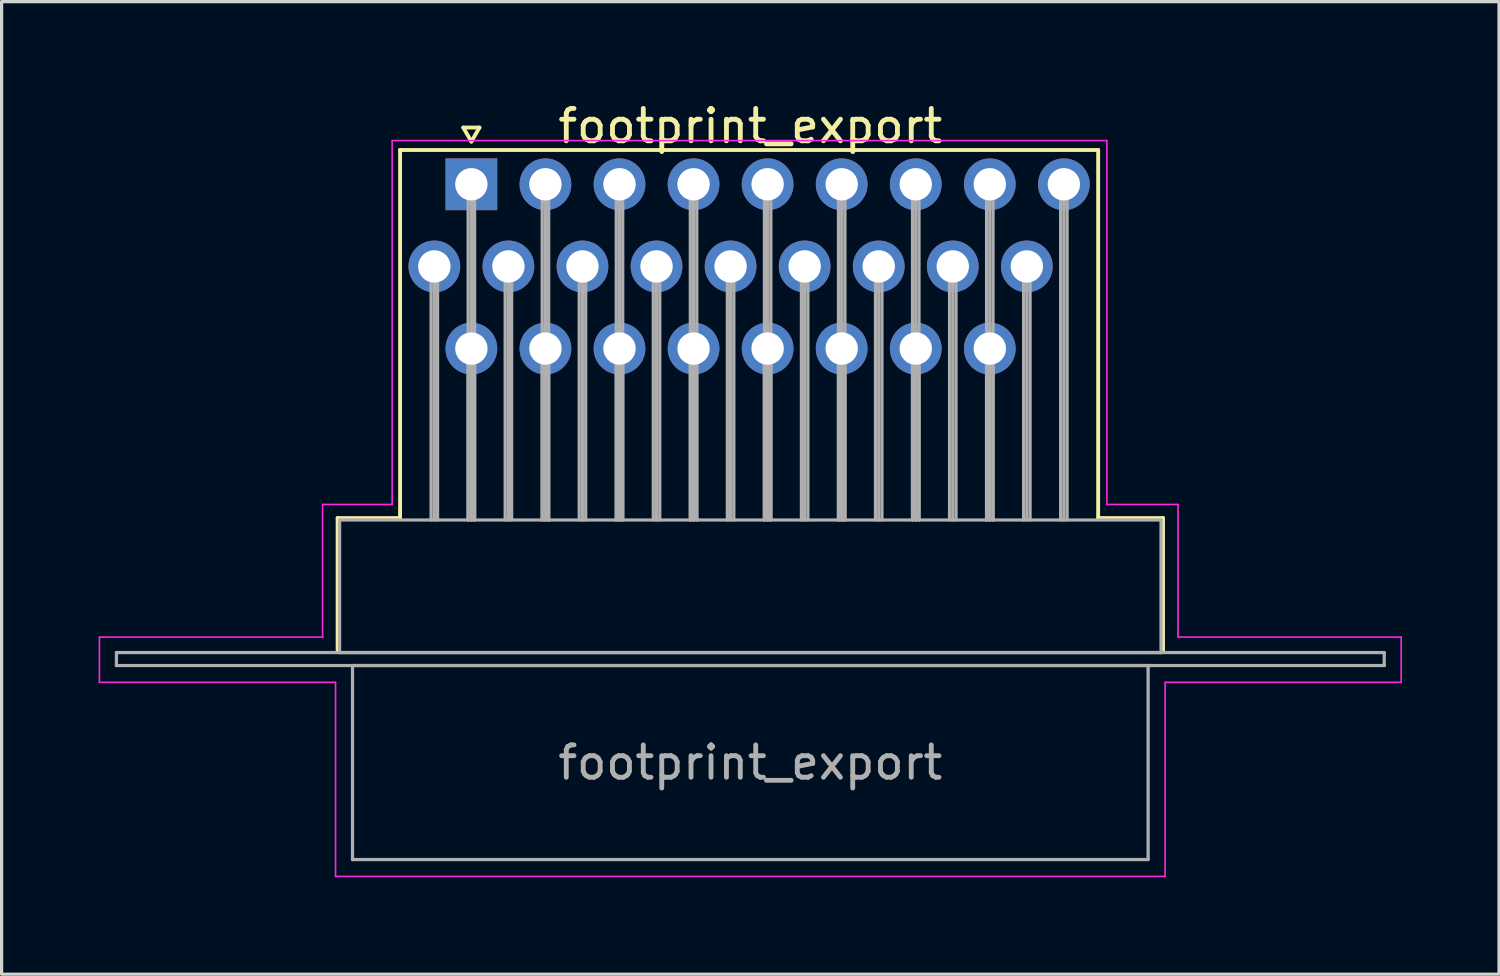
<source format=kicad_pcb>
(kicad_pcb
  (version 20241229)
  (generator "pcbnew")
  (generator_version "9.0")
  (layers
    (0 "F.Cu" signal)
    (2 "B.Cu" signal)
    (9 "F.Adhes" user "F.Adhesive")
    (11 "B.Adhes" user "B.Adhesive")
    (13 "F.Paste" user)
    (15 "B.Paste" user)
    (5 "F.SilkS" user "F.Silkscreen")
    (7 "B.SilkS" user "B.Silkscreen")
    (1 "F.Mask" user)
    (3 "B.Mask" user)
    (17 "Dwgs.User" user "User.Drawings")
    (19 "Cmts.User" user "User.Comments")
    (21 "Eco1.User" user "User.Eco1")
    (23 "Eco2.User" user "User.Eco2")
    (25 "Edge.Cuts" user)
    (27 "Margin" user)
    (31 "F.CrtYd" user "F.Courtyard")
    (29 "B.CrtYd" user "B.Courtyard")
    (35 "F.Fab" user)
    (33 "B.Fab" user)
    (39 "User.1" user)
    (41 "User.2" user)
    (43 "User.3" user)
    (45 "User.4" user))
  (footprint "footprint_export"
    (layer "F.Cu")
    (at 11.525 2.648)
    (property "Reference" "footprint_export" (at 8.625 -1.8 0) (layer "F.SilkS") (effects (font (size 1 1) (thickness 0.15))))
    (attr through_hole)
    (fp_line (start -4.135 10.32) (end -2.205 10.32) (stroke (width 0.12) (type solid)) (layer "F.SilkS"))
    (fp_line (start -4.135 14.42) (end -4.135 10.32) (stroke (width 0.12) (type solid)) (layer "F.SilkS"))
    (fp_line (start -2.205 -1.06) (end 19.38 -1.06) (stroke (width 0.12) (type solid)) (layer "F.SilkS"))
    (fp_line (start -2.205 10.32) (end -2.205 -1.06) (stroke (width 0.12) (type solid)) (layer "F.SilkS"))
    (fp_line (start -0.25 -1.754) (end 0.25 -1.754) (stroke (width 0.12) (type solid)) (layer "F.SilkS"))
    (fp_line (start 0 -1.321) (end -0.25 -1.754) (stroke (width 0.12) (type solid)) (layer "F.SilkS"))
    (fp_line (start 0.25 -1.754) (end 0 -1.321) (stroke (width 0.12) (type solid)) (layer "F.SilkS"))
    (fp_line (start 19.38 -1.06) (end 19.38 10.32) (stroke (width 0.12) (type solid)) (layer "F.SilkS"))
    (fp_line (start 19.38 10.32) (end 21.385 10.32) (stroke (width 0.12) (type solid)) (layer "F.SilkS"))
    (fp_line (start 21.385 10.32) (end 21.385 14.42) (stroke (width 0.12) (type solid)) (layer "F.SilkS"))
    (fp_line (start -11.5 14) (end -4.6 14) (stroke (width 0.05) (type solid)) (layer "F.CrtYd"))
    (fp_line (start -11.5 15.4) (end -11.5 14) (stroke (width 0.05) (type solid)) (layer "F.CrtYd"))
    (fp_line (start -4.6 9.9) (end -2.45 9.9) (stroke (width 0.05) (type solid)) (layer "F.CrtYd"))
    (fp_line (start -4.6 14) (end -4.6 9.9) (stroke (width 0.05) (type solid)) (layer "F.CrtYd"))
    (fp_line (start -4.2 15.4) (end -11.5 15.4) (stroke (width 0.05) (type solid)) (layer "F.CrtYd"))
    (fp_line (start -4.2 21.4) (end -4.2 15.4) (stroke (width 0.05) (type solid)) (layer "F.CrtYd"))
    (fp_line (start -2.45 -1.35) (end 19.65 -1.35) (stroke (width 0.05) (type solid)) (layer "F.CrtYd"))
    (fp_line (start -2.45 9.9) (end -2.45 -1.35) (stroke (width 0.05) (type solid)) (layer "F.CrtYd"))
    (fp_line (start 19.65 -1.35) (end 19.65 9.9) (stroke (width 0.05) (type solid)) (layer "F.CrtYd"))
    (fp_line (start 19.65 9.9) (end 21.85 9.9) (stroke (width 0.05) (type solid)) (layer "F.CrtYd"))
    (fp_line (start 21.45 15.4) (end 21.45 21.4) (stroke (width 0.05) (type solid)) (layer "F.CrtYd"))
    (fp_line (start 21.45 21.4) (end -4.2 21.4) (stroke (width 0.05) (type solid)) (layer "F.CrtYd"))
    (fp_line (start 21.85 9.9) (end 21.85 14) (stroke (width 0.05) (type solid)) (layer "F.CrtYd"))
    (fp_line (start 21.85 14) (end 28.75 14) (stroke (width 0.05) (type solid)) (layer "F.CrtYd"))
    (fp_line (start 28.75 14) (end 28.75 15.4) (stroke (width 0.05) (type solid)) (layer "F.CrtYd"))
    (fp_line (start 28.75 15.4) (end 21.45 15.4) (stroke (width 0.05) (type solid)) (layer "F.CrtYd"))
    (fp_line (start -10.975 14.48) (end -10.975 14.88) (stroke (width 0.1) (type solid)) (layer "F.Fab"))
    (fp_line (start -10.975 14.88) (end 28.225 14.88) (stroke (width 0.1) (type solid)) (layer "F.Fab"))
    (fp_line (start -4.075 10.38) (end -4.075 14.48) (stroke (width 0.1) (type solid)) (layer "F.Fab"))
    (fp_line (start -4.075 14.48) (end 21.325 14.48) (stroke (width 0.1) (type solid)) (layer "F.Fab"))
    (fp_line (start -3.675 14.88) (end -3.675 20.88) (stroke (width 0.1) (type solid)) (layer "F.Fab"))
    (fp_line (start -3.675 20.88) (end 20.925 20.88) (stroke (width 0.1) (type solid)) (layer "F.Fab"))
    (fp_line (start -1.245 2.54) (end -1.245 10.38) (stroke (width 0.1) (type solid)) (layer "F.Fab"))
    (fp_line (start -1.145 2.54) (end -1.145 10.38) (stroke (width 0.1) (type solid)) (layer "F.Fab"))
    (fp_line (start -1.045 2.54) (end -1.045 10.38) (stroke (width 0.1) (type solid)) (layer "F.Fab"))
    (fp_line (start -0.1 0) (end -0.1 10.38) (stroke (width 0.1) (type solid)) (layer "F.Fab"))
    (fp_line (start -0.1 5.08) (end -0.1 10.38) (stroke (width 0.1) (type solid)) (layer "F.Fab"))
    (fp_line (start 0 0) (end 0 10.38) (stroke (width 0.1) (type solid)) (layer "F.Fab"))
    (fp_line (start 0 5.08) (end 0 10.38) (stroke (width 0.1) (type solid)) (layer "F.Fab"))
    (fp_line (start 0.1 0) (end 0.1 10.38) (stroke (width 0.1) (type solid)) (layer "F.Fab"))
    (fp_line (start 0.1 5.08) (end 0.1 10.38) (stroke (width 0.1) (type solid)) (layer "F.Fab"))
    (fp_line (start 1.045 2.54) (end 1.045 10.38) (stroke (width 0.1) (type solid)) (layer "F.Fab"))
    (fp_line (start 1.145 2.54) (end 1.145 10.38) (stroke (width 0.1) (type solid)) (layer "F.Fab"))
    (fp_line (start 1.245 2.54) (end 1.245 10.38) (stroke (width 0.1) (type solid)) (layer "F.Fab"))
    (fp_line (start 2.19 0) (end 2.19 10.38) (stroke (width 0.1) (type solid)) (layer "F.Fab"))
    (fp_line (start 2.19 5.08) (end 2.19 10.38) (stroke (width 0.1) (type solid)) (layer "F.Fab"))
    (fp_line (start 2.29 0) (end 2.29 10.38) (stroke (width 0.1) (type solid)) (layer "F.Fab"))
    (fp_line (start 2.29 5.08) (end 2.29 10.38) (stroke (width 0.1) (type solid)) (layer "F.Fab"))
    (fp_line (start 2.39 0) (end 2.39 10.38) (stroke (width 0.1) (type solid)) (layer "F.Fab"))
    (fp_line (start 2.39 5.08) (end 2.39 10.38) (stroke (width 0.1) (type solid)) (layer "F.Fab"))
    (fp_line (start 3.335 2.54) (end 3.335 10.38) (stroke (width 0.1) (type solid)) (layer "F.Fab"))
    (fp_line (start 3.435 2.54) (end 3.435 10.38) (stroke (width 0.1) (type solid)) (layer "F.Fab"))
    (fp_line (start 3.535 2.54) (end 3.535 10.38) (stroke (width 0.1) (type solid)) (layer "F.Fab"))
    (fp_line (start 4.48 0) (end 4.48 10.38) (stroke (width 0.1) (type solid)) (layer "F.Fab"))
    (fp_line (start 4.48 5.08) (end 4.48 10.38) (stroke (width 0.1) (type solid)) (layer "F.Fab"))
    (fp_line (start 4.58 0) (end 4.58 10.38) (stroke (width 0.1) (type solid)) (layer "F.Fab"))
    (fp_line (start 4.58 5.08) (end 4.58 10.38) (stroke (width 0.1) (type solid)) (layer "F.Fab"))
    (fp_line (start 4.68 0) (end 4.68 10.38) (stroke (width 0.1) (type solid)) (layer "F.Fab"))
    (fp_line (start 4.68 5.08) (end 4.68 10.38) (stroke (width 0.1) (type solid)) (layer "F.Fab"))
    (fp_line (start 5.625 2.54) (end 5.625 10.38) (stroke (width 0.1) (type solid)) (layer "F.Fab"))
    (fp_line (start 5.725 2.54) (end 5.725 10.38) (stroke (width 0.1) (type solid)) (layer "F.Fab"))
    (fp_line (start 5.825 2.54) (end 5.825 10.38) (stroke (width 0.1) (type solid)) (layer "F.Fab"))
    (fp_line (start 6.77 0) (end 6.77 10.38) (stroke (width 0.1) (type solid)) (layer "F.Fab"))
    (fp_line (start 6.77 5.08) (end 6.77 10.38) (stroke (width 0.1) (type solid)) (layer "F.Fab"))
    (fp_line (start 6.87 0) (end 6.87 10.38) (stroke (width 0.1) (type solid)) (layer "F.Fab"))
    (fp_line (start 6.87 5.08) (end 6.87 10.38) (stroke (width 0.1) (type solid)) (layer "F.Fab"))
    (fp_line (start 6.97 0) (end 6.97 10.38) (stroke (width 0.1) (type solid)) (layer "F.Fab"))
    (fp_line (start 6.97 5.08) (end 6.97 10.38) (stroke (width 0.1) (type solid)) (layer "F.Fab"))
    (fp_line (start 7.915 2.54) (end 7.915 10.38) (stroke (width 0.1) (type solid)) (layer "F.Fab"))
    (fp_line (start 8.015 2.54) (end 8.015 10.38) (stroke (width 0.1) (type solid)) (layer "F.Fab"))
    (fp_line (start 8.115 2.54) (end 8.115 10.38) (stroke (width 0.1) (type solid)) (layer "F.Fab"))
    (fp_line (start 9.06 0) (end 9.06 10.38) (stroke (width 0.1) (type solid)) (layer "F.Fab"))
    (fp_line (start 9.06 5.08) (end 9.06 10.38) (stroke (width 0.1) (type solid)) (layer "F.Fab"))
    (fp_line (start 9.16 0) (end 9.16 10.38) (stroke (width 0.1) (type solid)) (layer "F.Fab"))
    (fp_line (start 9.16 5.08) (end 9.16 10.38) (stroke (width 0.1) (type solid)) (layer "F.Fab"))
    (fp_line (start 9.26 0) (end 9.26 10.38) (stroke (width 0.1) (type solid)) (layer "F.Fab"))
    (fp_line (start 9.26 5.08) (end 9.26 10.38) (stroke (width 0.1) (type solid)) (layer "F.Fab"))
    (fp_line (start 10.205 2.54) (end 10.205 10.38) (stroke (width 0.1) (type solid)) (layer "F.Fab"))
    (fp_line (start 10.305 2.54) (end 10.305 10.38) (stroke (width 0.1) (type solid)) (layer "F.Fab"))
    (fp_line (start 10.405 2.54) (end 10.405 10.38) (stroke (width 0.1) (type solid)) (layer "F.Fab"))
    (fp_line (start 11.35 0) (end 11.35 10.38) (stroke (width 0.1) (type solid)) (layer "F.Fab"))
    (fp_line (start 11.35 5.08) (end 11.35 10.38) (stroke (width 0.1) (type solid)) (layer "F.Fab"))
    (fp_line (start 11.45 0) (end 11.45 10.38) (stroke (width 0.1) (type solid)) (layer "F.Fab"))
    (fp_line (start 11.45 5.08) (end 11.45 10.38) (stroke (width 0.1) (type solid)) (layer "F.Fab"))
    (fp_line (start 11.55 0) (end 11.55 10.38) (stroke (width 0.1) (type solid)) (layer "F.Fab"))
    (fp_line (start 11.55 5.08) (end 11.55 10.38) (stroke (width 0.1) (type solid)) (layer "F.Fab"))
    (fp_line (start 12.495 2.54) (end 12.495 10.38) (stroke (width 0.1) (type solid)) (layer "F.Fab"))
    (fp_line (start 12.595 2.54) (end 12.595 10.38) (stroke (width 0.1) (type solid)) (layer "F.Fab"))
    (fp_line (start 12.695 2.54) (end 12.695 10.38) (stroke (width 0.1) (type solid)) (layer "F.Fab"))
    (fp_line (start 13.64 0) (end 13.64 10.38) (stroke (width 0.1) (type solid)) (layer "F.Fab"))
    (fp_line (start 13.64 5.08) (end 13.64 10.38) (stroke (width 0.1) (type solid)) (layer "F.Fab"))
    (fp_line (start 13.74 0) (end 13.74 10.38) (stroke (width 0.1) (type solid)) (layer "F.Fab"))
    (fp_line (start 13.74 5.08) (end 13.74 10.38) (stroke (width 0.1) (type solid)) (layer "F.Fab"))
    (fp_line (start 13.84 0) (end 13.84 10.38) (stroke (width 0.1) (type solid)) (layer "F.Fab"))
    (fp_line (start 13.84 5.08) (end 13.84 10.38) (stroke (width 0.1) (type solid)) (layer "F.Fab"))
    (fp_line (start 14.785 2.54) (end 14.785 10.38) (stroke (width 0.1) (type solid)) (layer "F.Fab"))
    (fp_line (start 14.885 2.54) (end 14.885 10.38) (stroke (width 0.1) (type solid)) (layer "F.Fab"))
    (fp_line (start 14.985 2.54) (end 14.985 10.38) (stroke (width 0.1) (type solid)) (layer "F.Fab"))
    (fp_line (start 15.93 0) (end 15.93 10.38) (stroke (width 0.1) (type solid)) (layer "F.Fab"))
    (fp_line (start 15.93 5.08) (end 15.93 10.38) (stroke (width 0.1) (type solid)) (layer "F.Fab"))
    (fp_line (start 16.03 0) (end 16.03 10.38) (stroke (width 0.1) (type solid)) (layer "F.Fab"))
    (fp_line (start 16.03 5.08) (end 16.03 10.38) (stroke (width 0.1) (type solid)) (layer "F.Fab"))
    (fp_line (start 16.13 0) (end 16.13 10.38) (stroke (width 0.1) (type solid)) (layer "F.Fab"))
    (fp_line (start 16.13 5.08) (end 16.13 10.38) (stroke (width 0.1) (type solid)) (layer "F.Fab"))
    (fp_line (start 17.075 2.54) (end 17.075 10.38) (stroke (width 0.1) (type solid)) (layer "F.Fab"))
    (fp_line (start 17.175 2.54) (end 17.175 10.38) (stroke (width 0.1) (type solid)) (layer "F.Fab"))
    (fp_line (start 17.275 2.54) (end 17.275 10.38) (stroke (width 0.1) (type solid)) (layer "F.Fab"))
    (fp_line (start 18.22 0) (end 18.22 10.38) (stroke (width 0.1) (type solid)) (layer "F.Fab"))
    (fp_line (start 18.32 0) (end 18.32 10.38) (stroke (width 0.1) (type solid)) (layer "F.Fab"))
    (fp_line (start 18.42 0) (end 18.42 10.38) (stroke (width 0.1) (type solid)) (layer "F.Fab"))
    (fp_line (start 20.925 14.88) (end -3.675 14.88) (stroke (width 0.1) (type solid)) (layer "F.Fab"))
    (fp_line (start 20.925 20.88) (end 20.925 14.88) (stroke (width 0.1) (type solid)) (layer "F.Fab"))
    (fp_line (start 21.325 10.38) (end -4.075 10.38) (stroke (width 0.1) (type solid)) (layer "F.Fab"))
    (fp_line (start 21.325 14.48) (end 21.325 10.38) (stroke (width 0.1) (type solid)) (layer "F.Fab"))
    (fp_line (start 28.225 14.48) (end -10.975 14.48) (stroke (width 0.1) (type solid)) (layer "F.Fab"))
    (fp_line (start 28.225 14.88) (end 28.225 14.48) (stroke (width 0.1) (type solid)) (layer "F.Fab"))
    (fp_text user "${REFERENCE}" (at 8.625 17.88 0) (layer "F.Fab") (effects (font (size 1 1) (thickness 0.15))))
    (pad "1" thru_hole rect (at 0 0) (size 1.6 1.6) (drill 1) (layers "*.Cu" "*.Mask"))
    (pad "2" thru_hole circle (at 2.29 0) (size 1.6 1.6) (drill 1) (layers "*.Cu" "*.Mask"))
    (pad "3" thru_hole circle (at 4.58 0) (size 1.6 1.6) (drill 1) (layers "*.Cu" "*.Mask"))
    (pad "4" thru_hole circle (at 6.87 0) (size 1.6 1.6) (drill 1) (layers "*.Cu" "*.Mask"))
    (pad "5" thru_hole circle (at 9.16 0) (size 1.6 1.6) (drill 1) (layers "*.Cu" "*.Mask"))
    (pad "6" thru_hole circle (at 11.45 0) (size 1.6 1.6) (drill 1) (layers "*.Cu" "*.Mask"))
    (pad "7" thru_hole circle (at 13.74 0) (size 1.6 1.6) (drill 1) (layers "*.Cu" "*.Mask"))
    (pad "8" thru_hole circle (at 16.03 0) (size 1.6 1.6) (drill 1) (layers "*.Cu" "*.Mask"))
    (pad "9" thru_hole circle (at 18.32 0) (size 1.6 1.6) (drill 1) (layers "*.Cu" "*.Mask"))
    (pad "10" thru_hole circle (at -1.145 2.54) (size 1.6 1.6) (drill 1) (layers "*.Cu" "*.Mask"))
    (pad "11" thru_hole circle (at 1.145 2.54) (size 1.6 1.6) (drill 1) (layers "*.Cu" "*.Mask"))
    (pad "12" thru_hole circle (at 3.435 2.54) (size 1.6 1.6) (drill 1) (layers "*.Cu" "*.Mask"))
    (pad "13" thru_hole circle (at 5.725 2.54) (size 1.6 1.6) (drill 1) (layers "*.Cu" "*.Mask"))
    (pad "14" thru_hole circle (at 8.015 2.54) (size 1.6 1.6) (drill 1) (layers "*.Cu" "*.Mask"))
    (pad "15" thru_hole circle (at 10.305 2.54) (size 1.6 1.6) (drill 1) (layers "*.Cu" "*.Mask"))
    (pad "16" thru_hole circle (at 12.595 2.54) (size 1.6 1.6) (drill 1) (layers "*.Cu" "*.Mask"))
    (pad "17" thru_hole circle (at 14.885 2.54) (size 1.6 1.6) (drill 1) (layers "*.Cu" "*.Mask"))
    (pad "18" thru_hole circle (at 17.175 2.54) (size 1.6 1.6) (drill 1) (layers "*.Cu" "*.Mask"))
    (pad "19" thru_hole circle (at 0 5.08) (size 1.6 1.6) (drill 1) (layers "*.Cu" "*.Mask"))
    (pad "20" thru_hole circle (at 2.29 5.08) (size 1.6 1.6) (drill 1) (layers "*.Cu" "*.Mask"))
    (pad "21" thru_hole circle (at 4.58 5.08) (size 1.6 1.6) (drill 1) (layers "*.Cu" "*.Mask"))
    (pad "22" thru_hole circle (at 6.87 5.08) (size 1.6 1.6) (drill 1) (layers "*.Cu" "*.Mask"))
    (pad "23" thru_hole circle (at 9.16 5.08) (size 1.6 1.6) (drill 1) (layers "*.Cu" "*.Mask"))
    (pad "24" thru_hole circle (at 11.45 5.08) (size 1.6 1.6) (drill 1) (layers "*.Cu" "*.Mask"))
    (pad "25" thru_hole circle (at 13.74 5.08) (size 1.6 1.6) (drill 1) (layers "*.Cu" "*.Mask"))
    (pad "26" thru_hole circle (at 16.03 5.08) (size 1.6 1.6) (drill 1) (layers "*.Cu" "*.Mask")))
  (gr_rect
    (start -3 -3)
    (end 43.3 27.073)
    (stroke (width 0.1) (type default))
    (fill no)
    (layer "Edge.Cuts")))
</source>
